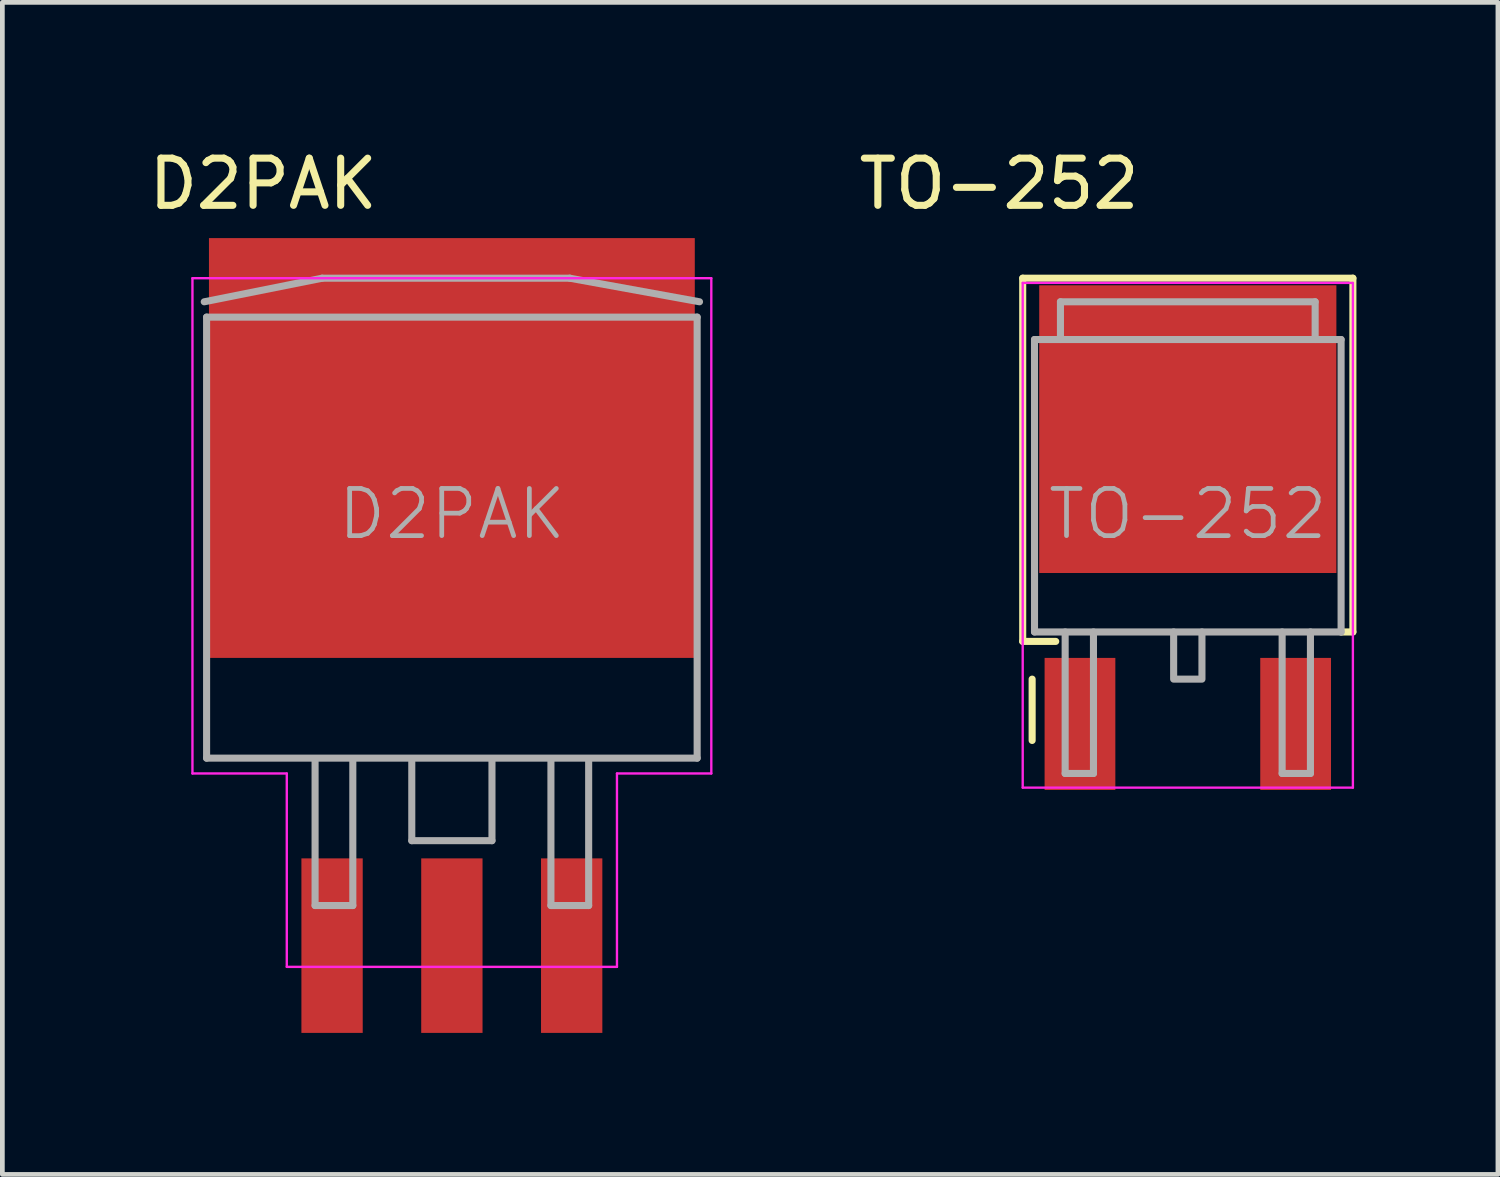
<source format=kicad_pcb>
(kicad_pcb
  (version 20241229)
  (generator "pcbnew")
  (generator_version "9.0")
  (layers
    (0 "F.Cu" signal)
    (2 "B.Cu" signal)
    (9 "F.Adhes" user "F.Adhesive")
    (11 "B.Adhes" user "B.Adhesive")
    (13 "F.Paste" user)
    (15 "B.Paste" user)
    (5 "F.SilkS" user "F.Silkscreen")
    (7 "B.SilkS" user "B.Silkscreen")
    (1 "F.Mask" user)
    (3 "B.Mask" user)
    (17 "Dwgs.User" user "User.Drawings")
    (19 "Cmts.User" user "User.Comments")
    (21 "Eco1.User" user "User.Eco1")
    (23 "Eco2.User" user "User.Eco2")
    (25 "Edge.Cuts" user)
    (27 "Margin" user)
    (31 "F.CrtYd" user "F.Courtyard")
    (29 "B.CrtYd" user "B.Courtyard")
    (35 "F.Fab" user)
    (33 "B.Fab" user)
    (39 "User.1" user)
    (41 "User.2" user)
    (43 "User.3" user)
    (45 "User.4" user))
  (footprint "D2PAK"
    (layer "F.Cu")
    (at 6.53 8.348)
    (property "Reference" "D2PAK" (at -4 -7.5 180) (layer "F.SilkS") (effects (font (size 1 1) (thickness 0.15))))
    (attr smd)
    (fp_line (start -5.5 -5.5) (end -5.5 5) (stroke (width 0.05) (type solid)) (layer "F.CrtYd"))
    (fp_line (start -5.5 -5.5) (end 5.5 -5.5) (stroke (width 0.05) (type solid)) (layer "F.CrtYd"))
    (fp_line (start -3.5 5) (end -5.5 5) (stroke (width 0.05) (type solid)) (layer "F.CrtYd"))
    (fp_line (start -3.5 9.1) (end -3.5 5) (stroke (width 0.05) (type solid)) (layer "F.CrtYd"))
    (fp_line (start -3.5 9.1) (end 3.5 9.1) (stroke (width 0.05) (type solid)) (layer "F.CrtYd"))
    (fp_line (start 3.5 5) (end 5.5 5) (stroke (width 0.05) (type solid)) (layer "F.CrtYd"))
    (fp_line (start 3.5 9.1) (end 3.5 5) (stroke (width 0.05) (type solid)) (layer "F.CrtYd"))
    (fp_line (start 5.5 -5.5) (end 5.5 5) (stroke (width 0.05) (type solid)) (layer "F.CrtYd"))
    (fp_line (start -5.2 -4.675) (end -5.2 4.675) (stroke (width 0.15) (type solid)) (layer "F.Fab"))
    (fp_line (start -5.2 4.675) (end 5.2 4.675) (stroke (width 0.15) (type solid)) (layer "F.Fab"))
    (fp_line (start -2.9 7.8) (end -2.9 4.7) (stroke (width 0.15) (type solid)) (layer "F.Fab"))
    (fp_line (start -2.9 7.8) (end -2.1 7.8) (stroke (width 0.15) (type solid)) (layer "F.Fab"))
    (fp_line (start -2.75 -5.5) (end -5.25 -5) (stroke (width 0.15) (type solid)) (layer "F.Fab"))
    (fp_line (start -2.75 -5.5) (end 2.5 -5.5) (stroke (width 0.15) (type solid)) (layer "F.Fab"))
    (fp_line (start -2.1 7.8) (end -2.1 4.7) (stroke (width 0.15) (type solid)) (layer "F.Fab"))
    (fp_line (start -0.85 4.75) (end -0.85 6.425) (stroke (width 0.15) (type solid)) (layer "F.Fab"))
    (fp_line (start -0.85 6.425) (end 0.85 6.425) (stroke (width 0.15) (type solid)) (layer "F.Fab"))
    (fp_line (start 0.85 6.425) (end 0.85 4.7) (stroke (width 0.15) (type solid)) (layer "F.Fab"))
    (fp_line (start 2.1 7.8) (end 2.1 4.7) (stroke (width 0.15) (type solid)) (layer "F.Fab"))
    (fp_line (start 2.1 7.8) (end 2.9 7.8) (stroke (width 0.15) (type solid)) (layer "F.Fab"))
    (fp_line (start 2.5 -5.5) (end 5.25 -5) (stroke (width 0.15) (type solid)) (layer "F.Fab"))
    (fp_line (start 2.9 4.7) (end 2.9 7.8) (stroke (width 0.15) (type solid)) (layer "F.Fab"))
    (fp_line (start 5.2 -4.675) (end -5.2 -4.675) (stroke (width 0.15) (type solid)) (layer "F.Fab"))
    (fp_line (start 5.2 4.675) (end 5.2 -4.675) (stroke (width 0.15) (type solid)) (layer "F.Fab"))
    (fp_text user "${REFERENCE}" (at 0 -0.5 0) (layer "F.Fab") (effects (font (size 1 1) (thickness 0.1))))
    (pad "1" smd rect (at -2.54 8.65) (size 1.3 3.7) (layers "F.Cu" "F.Mask" "F.Paste"))
    (pad "2" smd rect (at 0 8.65) (size 1.3 3.7) (layers "F.Cu" "F.Mask" "F.Paste"))
    (pad "3" smd rect (at 2.54 8.65) (size 1.3 3.7) (layers "F.Cu" "F.Mask" "F.Paste"))
    (pad "4" smd rect (at 0 -1.9) (size 10.3 8.9) (layers "F.Cu" "F.Mask" "F.Paste")))
  (footprint "TO-252"
    (layer "F.Cu")
    (at 22.132 8.348)
    (property "Reference" "TO-252" (at -4 -7.5 180) (layer "F.SilkS") (effects (font (size 1 1) (thickness 0.15))))
    (attr smd)
    (fp_line (start -3.5 -5.5) (end -3.5 2.2) (stroke (width 0.15) (type solid)) (layer "F.SilkS"))
    (fp_line (start -3.5 -5.5) (end 3.5 -5.5) (stroke (width 0.15) (type solid)) (layer "F.SilkS"))
    (fp_line (start -3.5 2.2) (end -2.8 2.2) (stroke (width 0.15) (type solid)) (layer "F.SilkS"))
    (fp_line (start -3.3 3) (end -3.3 4.3) (stroke (width 0.15) (type solid)) (layer "F.SilkS"))
    (fp_line (start 3.5 -5.5) (end 3.5 2) (stroke (width 0.15) (type solid)) (layer "F.SilkS"))
    (fp_line (start 3.5 2) (end 3.25 2) (stroke (width 0.15) (type solid)) (layer "F.SilkS"))
    (fp_line (start -3.5 -5.4) (end -3.5 5.3) (stroke (width 0.05) (type solid)) (layer "F.CrtYd"))
    (fp_line (start -3.5 -5.4) (end 3.5 -5.4) (stroke (width 0.05) (type solid)) (layer "F.CrtYd"))
    (fp_line (start -3.5 5.3) (end 3.5 5.3) (stroke (width 0.05) (type solid)) (layer "F.CrtYd"))
    (fp_line (start 3.5 -5.4) (end 3.5 5.3) (stroke (width 0.05) (type solid)) (layer "F.CrtYd"))
    (fp_line (start -3.25 -4.2) (end -3.25 2) (stroke (width 0.15) (type solid)) (layer "F.Fab"))
    (fp_line (start -3.25 2) (end 3.25 2) (stroke (width 0.15) (type solid)) (layer "F.Fab"))
    (fp_line (start -2.7 -5) (end -2.7 -4.2) (stroke (width 0.15) (type solid)) (layer "F.Fab"))
    (fp_line (start -2.7 -5) (end 2.7 -5) (stroke (width 0.15) (type solid)) (layer "F.Fab"))
    (fp_line (start -2.6 2) (end -2.6 5) (stroke (width 0.15) (type solid)) (layer "F.Fab"))
    (fp_line (start -2.6 5) (end -2 5) (stroke (width 0.15) (type solid)) (layer "F.Fab"))
    (fp_line (start -2 2) (end -2 5) (stroke (width 0.15) (type solid)) (layer "F.Fab"))
    (fp_line (start -0.3 2) (end -0.3 3) (stroke (width 0.15) (type solid)) (layer "F.Fab"))
    (fp_line (start -0.25 3) (end 0.25 3) (stroke (width 0.15) (type solid)) (layer "F.Fab"))
    (fp_line (start 0.3 3) (end 0.3 2) (stroke (width 0.15) (type solid)) (layer "F.Fab"))
    (fp_line (start 2 2) (end 2 5) (stroke (width 0.15) (type solid)) (layer "F.Fab"))
    (fp_line (start 2 5) (end 2.6 5) (stroke (width 0.15) (type solid)) (layer "F.Fab"))
    (fp_line (start 2.6 5) (end 2.6 2) (stroke (width 0.15) (type solid)) (layer "F.Fab"))
    (fp_line (start 2.7 -5) (end 2.7 -4.2) (stroke (width 0.15) (type solid)) (layer "F.Fab"))
    (fp_line (start 3.25 -4.2) (end -3.25 -4.2) (stroke (width 0.15) (type solid)) (layer "F.Fab"))
    (fp_line (start 3.25 2) (end 3.25 -4.2) (stroke (width 0.15) (type solid)) (layer "F.Fab"))
    (fp_text user "${REFERENCE}" (at 0 -0.5 0) (layer "F.Fab") (effects (font (size 1 1) (thickness 0.1))))
    (pad "1" smd rect (at -2.286 3.95) (size 1.5 2.8) (layers "F.Cu" "F.Mask" "F.Paste"))
    (pad "2" smd rect (at 0 -2.3) (size 6.3 6.1) (layers "F.Cu" "F.Mask" "F.Paste"))
    (pad "3" smd rect (at 2.286 3.95) (size 1.5 2.8) (layers "F.Cu" "F.Mask" "F.Paste")))
  (gr_rect
    (start -3 -3)
    (end 28.707 21.848)
    (stroke (width 0.1) (type default))
    (fill no)
    (layer "Edge.Cuts")))
</source>
